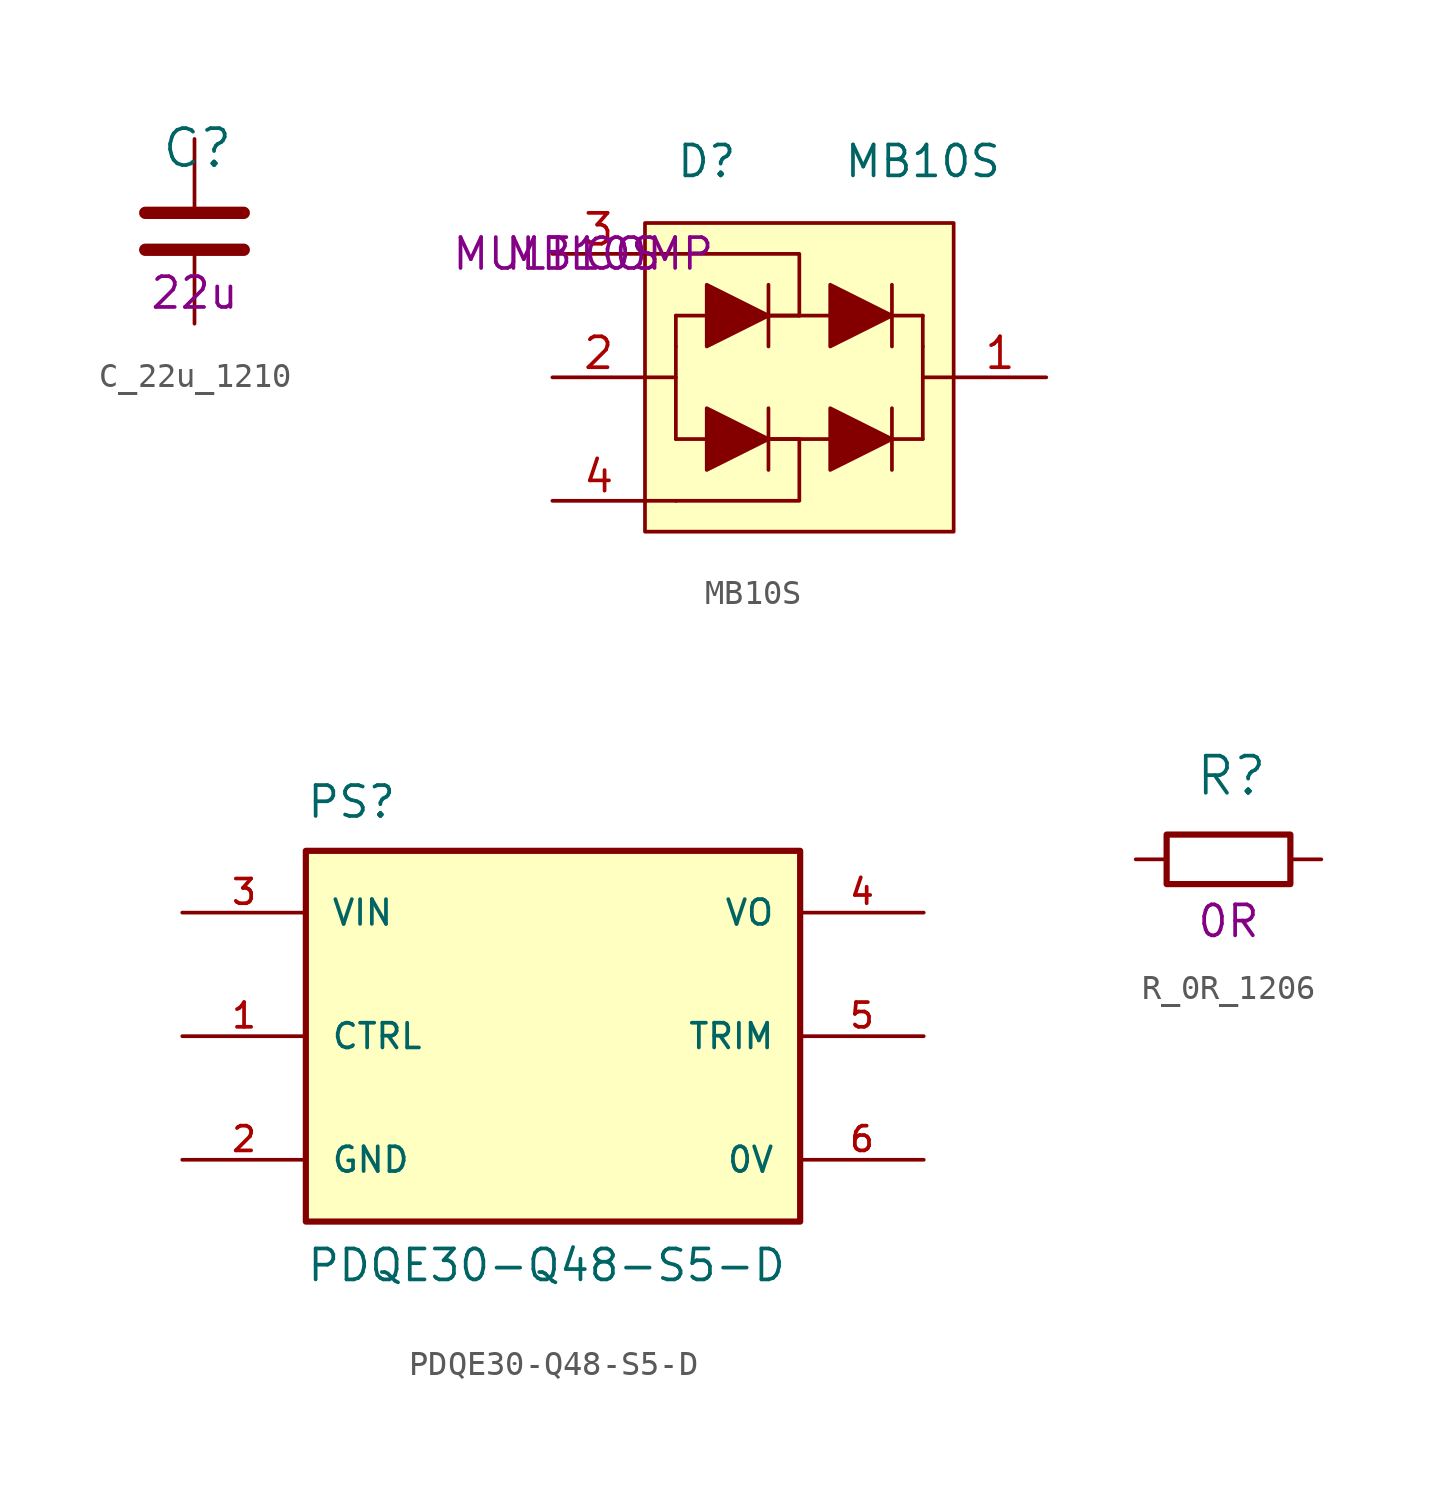
<source format=kicad_sym>
(kicad_symbol_lib
  (version 20211014)
  (generator kicad_symbol_editor)
  (symbol "C_22u_1210"
    (pin_names
      (offset 0))
    (property "Reference" "C"
      (at -1.397 3.429 0)
      (effects (font (size 1.524 1.524)) (justify left)))
    (property "Val" "22u"
      (at 0 -2.54 0)
      (effects (font (size 1.27 1.27))))
    (symbol "C_22u_1210_1_1"
      (polyline (pts (xy -2.032 -0.762) (xy 2.032 -0.762)) (stroke (width 0.508) (type default) (color 0 0 0 0)) (fill (type none)))
      (polyline (pts (xy -2.032 0.762) (xy 2.032 0.762)) (stroke (width 0.508) (type default) (color 0 0 0 0)) (fill (type none)))
      (pin passive line (at 0 3.81 270) (length 2.794) (name "~" (effects (font (size 0 0)))) (number "1" (effects (font (size 0 0)))))
      (pin passive line (at 0 -3.81 90) (length 2.794) (name "~" (effects (font (size 0 0)))) (number "2" (effects (font (size 0 0)))))))
  (symbol "MB10S"
    (pin_names
      (offset 1.016))
    (property "Reference" "D"
      (at 5.08 3.81 0)
      (effects (font (size 1.27 1.27))))
    (property "Value" "MB10S"
      (at 13.97 3.81 0)
      (effects (font (size 1.27 1.27))))
    (property "MPN" "MB10S"
      (at 0 0 0)
      (effects (font (size 1.27 1.27))))
    (property "Manufacturer" "MULTICOMP"
      (at 0 0 0)
      (effects (font (size 1.27 1.27))))
    (symbol "MB10S_0_1"
      (polyline (pts (xy 2.54 -5.08) (xy 3.81 -5.08)) (stroke (width 0) (type default) (color 0 0 0 0)) (fill (type none)))
      (polyline (pts (xy 3.81 -10.16) (xy 2.54 -10.16)) (stroke (width 0) (type default) (color 0 0 0 0)) (fill (type none)))
      (polyline (pts (xy 3.81 -3.81) (xy 3.81 -7.62)) (stroke (width 0) (type default) (color 0 0 0 0)) (fill (type none)))
      (polyline (pts (xy 3.81 -2.54) (xy 3.81 -3.81)) (stroke (width 0) (type default) (color 0 0 0 0)) (fill (type none)))
      (polyline (pts (xy 3.81 0) (xy 2.54 0)) (stroke (width 0) (type default) (color 0 0 0 0)) (fill (type none)))
      (polyline (pts (xy 5.08 -7.62) (xy 3.81 -7.62)) (stroke (width 0) (type default) (color 0 0 0 0)) (fill (type none)))
      (polyline (pts (xy 5.08 -2.54) (xy 3.81 -2.54)) (stroke (width 0) (type default) (color 0 0 0 0)) (fill (type none)))
      (polyline (pts (xy 8.89 -7.62) (xy 7.62 -7.62)) (stroke (width 0) (type default) (color 0 0 0 0)) (fill (type none)))
      (polyline (pts (xy 8.89 -2.54) (xy 7.62 -2.54)) (stroke (width 0) (type default) (color 0 0 0 0)) (fill (type none)))
      (polyline (pts (xy 10.16 -7.62) (xy 6.35 -7.62)) (stroke (width 0) (type default) (color 0 0 0 0)) (fill (type none)))
      (polyline (pts (xy 10.16 -2.54) (xy 6.35 -2.54)) (stroke (width 0) (type default) (color 0 0 0 0)) (fill (type none)))
      (polyline (pts (xy 12.7 -7.62) (xy 13.97 -7.62)) (stroke (width 0) (type default) (color 0 0 0 0)) (fill (type none)))
      (polyline (pts (xy 12.7 -2.54) (xy 13.97 -2.54)) (stroke (width 0) (type default) (color 0 0 0 0)) (fill (type none)))
      (polyline (pts (xy 13.97 -5.08) (xy 15.24 -5.08)) (stroke (width 0) (type default) (color 0 0 0 0)) (fill (type none)))
      (polyline (pts (xy 13.97 -3.81) (xy 13.97 -7.62)) (stroke (width 0) (type default) (color 0 0 0 0)) (fill (type none)))
      (polyline (pts (xy 13.97 -2.54) (xy 13.97 -3.81)) (stroke (width 0) (type default) (color 0 0 0 0)) (fill (type none)))
      (polyline (pts (xy 8.89 -7.62) (xy 8.89 -10.16) (xy 3.81 -10.16)) (stroke (width 0) (type default) (color 0 0 0 0)) (fill (type none)))
      (polyline (pts (xy 8.89 -2.54) (xy 8.89 0) (xy 3.81 0)) (stroke (width 0) (type default) (color 0 0 0 0)) (fill (type none)))
      (rectangle (start 2.54 1.27) (end 15.24 -11.43) (stroke (width 0) (type default) (color 0 0 0 0)) (fill (type background))))
    (symbol "MB10S_1_1"
      (polyline (pts (xy 7.62 -6.35) (xy 7.62 -8.89)) (stroke (width 0) (type default) (color 0 0 0 0)) (fill (type none)))
      (polyline (pts (xy 7.62 -1.27) (xy 7.62 -3.81)) (stroke (width 0) (type default) (color 0 0 0 0)) (fill (type none)))
      (polyline (pts (xy 12.7 -6.35) (xy 12.7 -8.89)) (stroke (width 0) (type default) (color 0 0 0 0)) (fill (type none)))
      (polyline (pts (xy 12.7 -1.27) (xy 12.7 -3.81)) (stroke (width 0) (type default) (color 0 0 0 0)) (fill (type none)))
      (polyline (pts (xy 5.08 -6.35) (xy 5.08 -8.89) (xy 7.62 -7.62) (xy 5.08 -6.35)) (stroke (width 0) (type default) (color 0 0 0 0)) (fill (type outline)))
      (polyline (pts (xy 5.08 -1.27) (xy 5.08 -3.81) (xy 7.62 -2.54) (xy 5.08 -1.27)) (stroke (width 0) (type default) (color 0 0 0 0)) (fill (type outline)))
      (polyline (pts (xy 10.16 -6.35) (xy 10.16 -8.89) (xy 12.7 -7.62) (xy 10.16 -6.35)) (stroke (width 0) (type default) (color 0 0 0 0)) (fill (type outline)))
      (polyline (pts (xy 10.16 -1.27) (xy 10.16 -3.81) (xy 12.7 -2.54) (xy 10.16 -1.27)) (stroke (width 0) (type default) (color 0 0 0 0)) (fill (type outline)))
      (pin passive line (at 19.05 -5.08 180) (length 3.81) (name "~" (effects (font (size 1.27 1.27)))) (number "1" (effects (font (size 1.27 1.27)))))
      (pin passive line (at -1.27 -5.08 0) (length 3.81) (name "~" (effects (font (size 1.27 1.27)))) (number "2" (effects (font (size 1.27 1.27)))))
      (pin passive line (at -1.27 0 0) (length 3.81) (name "~" (effects (font (size 1.27 1.27)))) (number "3" (effects (font (size 1.27 1.27)))))
      (pin passive line (at -1.27 -10.16 0) (length 3.81) (name "~" (effects (font (size 1.27 1.27)))) (number "4" (effects (font (size 1.27 1.27)))))))
  (symbol "PDQE30-Q48-S5-D"
    (pin_names
      (offset 1.016))
    (property "Reference" "PS"
      (at -10.16 8.89 0)
      (effects (font (size 1.27 1.27)) (justify left bottom)))
    (property "Value" "PDQE30-Q48-S5-D"
      (at -10.16 -10.16 0)
      (effects (font (size 1.27 1.27)) (justify left bottom)))
    (symbol "PDQE30-Q48-S5-D_0_0"
      (rectangle (start -10.16 -7.62) (end 10.16 7.62) (stroke (width 0.254) (type default) (color 0 0 0 0)) (fill (type background)))
      (pin input line (at -15.24 0 0) (length 5.08) (name "CTRL" (effects (font (size 1.016 1.016)))) (number "1" (effects (font (size 1.016 1.016)))))
      (pin power_in line (at -15.24 -5.08 0) (length 5.08) (name "GND" (effects (font (size 1.016 1.016)))) (number "2" (effects (font (size 1.016 1.016)))))
      (pin input line (at -15.24 5.08 0) (length 5.08) (name "VIN" (effects (font (size 1.016 1.016)))) (number "3" (effects (font (size 1.016 1.016)))))
      (pin output line (at 15.24 5.08 180) (length 5.08) (name "VO" (effects (font (size 1.016 1.016)))) (number "4" (effects (font (size 1.016 1.016)))))
      (pin passive line (at 15.24 0 180) (length 5.08) (name "TRIM" (effects (font (size 1.016 1.016)))) (number "5" (effects (font (size 1.016 1.016)))))
      (pin output line (at 15.24 -5.08 180) (length 5.08) (name "0V" (effects (font (size 1.016 1.016)))) (number "6" (effects (font (size 1.016 1.016)))))))
  (symbol "R_0R_1206"
    (pin_names
      (offset 0))
    (property "Reference" "R"
      (at -1.397 3.429 0)
      (effects (font (size 1.524 1.524)) (justify left)))
    (property "Val" "0R"
      (at 0 -2.54 0)
      (effects (font (size 1.27 1.27))))
    (symbol "R_0R_1206_1_1"
      (rectangle (start 2.54 -1.016) (end -2.54 1.016) (stroke (width 0.254) (type default) (color 0 0 0 0)) (fill (type none)))
      (pin passive line (at -3.81 0 0) (length 1.27) (name "~" (effects (font (size 0 0)))) (number "1" (effects (font (size 0 0)))))
      (pin passive line (at 3.81 0 180) (length 1.27) (name "~" (effects (font (size 0 0)))) (number "2" (effects (font (size 0 0))))))))
</source>
